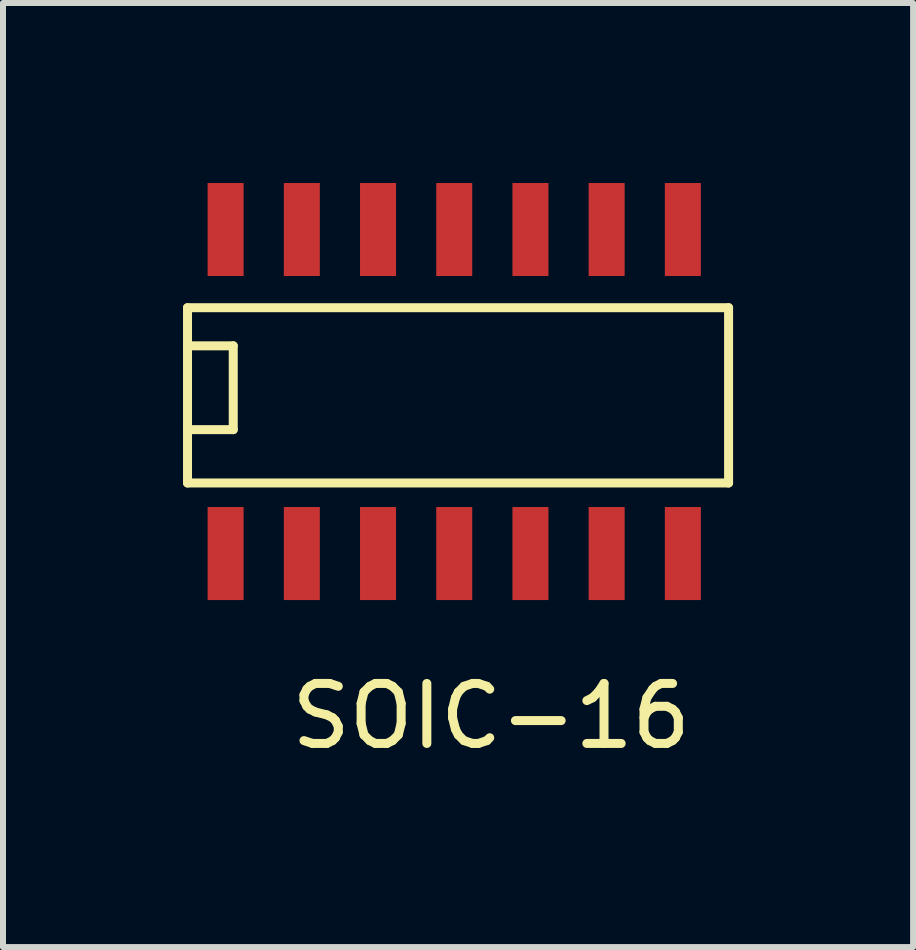
<source format=kicad_pcb>
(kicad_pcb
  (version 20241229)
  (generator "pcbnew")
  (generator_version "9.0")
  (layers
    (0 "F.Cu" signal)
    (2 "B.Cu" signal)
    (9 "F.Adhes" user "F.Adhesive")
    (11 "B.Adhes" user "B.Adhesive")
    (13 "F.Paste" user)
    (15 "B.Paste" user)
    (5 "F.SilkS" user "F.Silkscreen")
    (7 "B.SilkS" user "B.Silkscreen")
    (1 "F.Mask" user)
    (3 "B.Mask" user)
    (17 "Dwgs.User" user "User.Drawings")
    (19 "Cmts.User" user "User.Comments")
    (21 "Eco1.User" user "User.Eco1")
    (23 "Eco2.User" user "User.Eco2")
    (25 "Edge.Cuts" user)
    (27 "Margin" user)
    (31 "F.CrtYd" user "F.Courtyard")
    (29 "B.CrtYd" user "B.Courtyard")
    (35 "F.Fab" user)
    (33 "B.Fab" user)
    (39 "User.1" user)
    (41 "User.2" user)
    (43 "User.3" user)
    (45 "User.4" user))
  (footprint "SOIC-16"
    (layer "F.Cu")
    (at 5.155 3.475)
    (property "Reference" "SOIC-16" (at -0.02 5.41 0) (layer "F.SilkS") (effects (font (size 1 1) (thickness 0.15))))
    (attr through_hole)
    (fp_line (start -5.08 -1.397) (end 3.937 -1.397) (stroke (width 0.15) (type solid)) (layer "F.SilkS"))
    (fp_line (start -5.08 -0.762) (end -4.318 -0.762) (stroke (width 0.15) (type solid)) (layer "F.SilkS"))
    (fp_line (start -5.08 1.524) (end -5.08 -1.397) (stroke (width 0.15) (type solid)) (layer "F.SilkS"))
    (fp_line (start -4.318 -0.762) (end -4.318 0.635) (stroke (width 0.15) (type solid)) (layer "F.SilkS"))
    (fp_line (start -4.318 0.635) (end -5.08 0.635) (stroke (width 0.15) (type solid)) (layer "F.SilkS"))
    (fp_line (start 3.937 -1.397) (end 3.937 1.524) (stroke (width 0.15) (type solid)) (layer "F.SilkS"))
    (fp_line (start 3.937 1.524) (end -5.08 1.524) (stroke (width 0.15) (type solid)) (layer "F.SilkS"))
    (pad "1" smd rect (at -4.445 2.7) (size 0.6 1.55) (layers "F.Cu" "F.Mask" "F.Paste"))
    (pad "2" smd rect (at -3.175 2.7) (size 0.6 1.55) (layers "F.Cu" "F.Mask" "F.Paste"))
    (pad "3" smd rect (at -1.905 2.7) (size 0.6 1.55) (layers "F.Cu" "F.Mask" "F.Paste"))
    (pad "4" smd rect (at -0.635 2.7) (size 0.6 1.55) (layers "F.Cu" "F.Mask" "F.Paste"))
    (pad "5" smd rect (at 0.635 2.7) (size 0.6 1.55) (layers "F.Cu" "F.Mask" "F.Paste"))
    (pad "6" smd rect (at 1.905 2.7) (size 0.6 1.55) (layers "F.Cu" "F.Mask" "F.Paste"))
    (pad "7" smd rect (at 3.175 2.7) (size 0.6 1.55) (layers "F.Cu" "F.Mask" "F.Paste"))
    (pad "8" smd rect (at 3.175 -2.7) (size 0.6 1.55) (layers "F.Cu" "F.Mask" "F.Paste"))
    (pad "9" smd rect (at 1.905 -2.7) (size 0.6 1.55) (layers "F.Cu" "F.Mask" "F.Paste"))
    (pad "10" smd rect (at 0.635 -2.7) (size 0.6 1.55) (layers "F.Cu" "F.Mask" "F.Paste"))
    (pad "11" smd rect (at -0.635 -2.7) (size 0.6 1.55) (layers "F.Cu" "F.Mask" "F.Paste"))
    (pad "12" smd rect (at -1.905 -2.7) (size 0.6 1.55) (layers "F.Cu" "F.Mask" "F.Paste"))
    (pad "13" smd rect (at -3.175 -2.7) (size 0.6 1.55) (layers "F.Cu" "F.Mask" "F.Paste"))
    (pad "14" smd rect (at -4.445 -2.7) (size 0.6 1.55) (layers "F.Cu" "F.Mask" "F.Paste")))
  (gr_rect
    (start -3 -3)
    (end 12.167 12.733)
    (stroke (width 0.1) (type default))
    (fill no)
    (layer "Edge.Cuts")))
</source>
